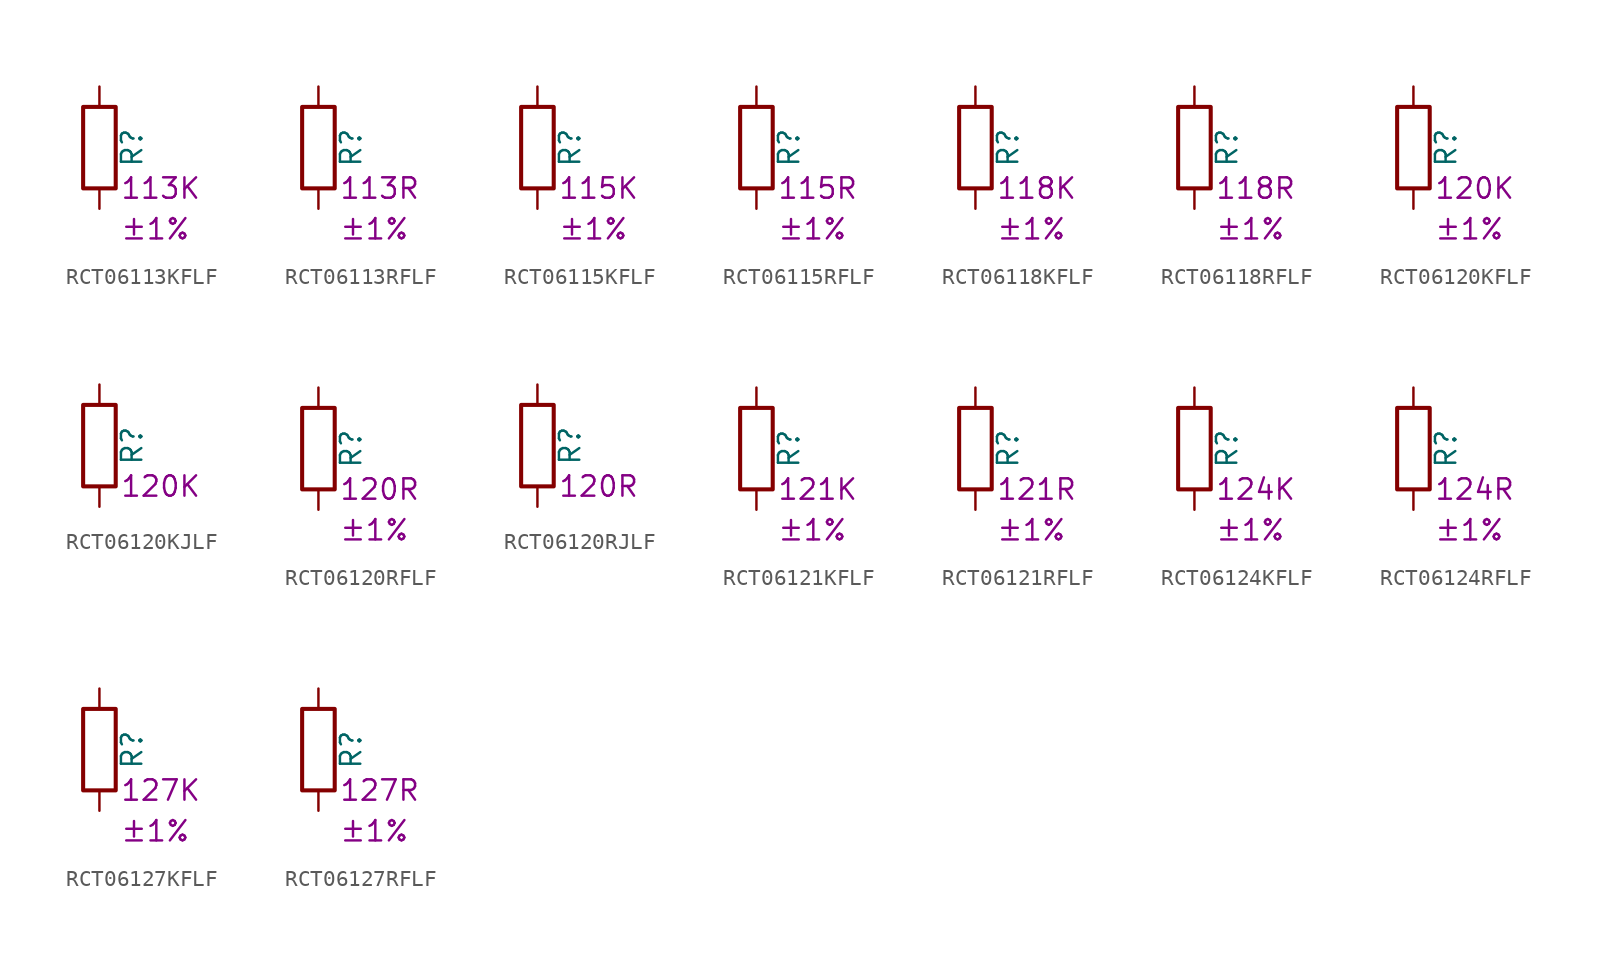
<source format=kicad_sym>
(kicad_symbol_lib
  (version 20220914)
  (generator kicad_symbol_editor)
  (symbol "RCT06113KFLF"
    (pin_numbers hide)
    (pin_names
      (offset 0))
    (property "Reference" "R"
      (at 2.032 0 90)
      (effects (font (size 1.27 1.27))))
    (property "Resistance" "113K"
      (at 1.27 -2.54 0)
      (effects (font (size 1.27 1.27)) (justify left)))
    (property "Tolerance" "±1%"
      (at 1.27 -5.08 0)
      (effects (font (size 1.27 1.27)) (justify left)))
    (symbol "RCT06113KFLF_0_1"
      (rectangle (start -1.016 -2.54) (end 1.016 2.54) (stroke (width 0.254) (type default)) (fill (type none))))
    (symbol "RCT06113KFLF_1_1"
      (pin passive line (at 0 3.81 270) (length 1.27) (name "~" (effects (font (size 1.27 1.27)))) (number "1" (effects (font (size 1.27 1.27)))))
      (pin passive line (at 0 -3.81 90) (length 1.27) (name "~" (effects (font (size 1.27 1.27)))) (number "2" (effects (font (size 1.27 1.27)))))))
  (symbol "RCT06113RFLF"
    (pin_numbers hide)
    (pin_names
      (offset 0))
    (property "Reference" "R"
      (at 2.032 0 90)
      (effects (font (size 1.27 1.27))))
    (property "Resistance" "113R"
      (at 1.27 -2.54 0)
      (effects (font (size 1.27 1.27)) (justify left)))
    (property "Tolerance" "±1%"
      (at 1.27 -5.08 0)
      (effects (font (size 1.27 1.27)) (justify left)))
    (symbol "RCT06113RFLF_0_1"
      (rectangle (start -1.016 -2.54) (end 1.016 2.54) (stroke (width 0.254) (type default)) (fill (type none))))
    (symbol "RCT06113RFLF_1_1"
      (pin passive line (at 0 3.81 270) (length 1.27) (name "~" (effects (font (size 1.27 1.27)))) (number "1" (effects (font (size 1.27 1.27)))))
      (pin passive line (at 0 -3.81 90) (length 1.27) (name "~" (effects (font (size 1.27 1.27)))) (number "2" (effects (font (size 1.27 1.27)))))))
  (symbol "RCT06115KFLF"
    (pin_numbers hide)
    (pin_names
      (offset 0))
    (property "Reference" "R"
      (at 2.032 0 90)
      (effects (font (size 1.27 1.27))))
    (property "Resistance" "115K"
      (at 1.27 -2.54 0)
      (effects (font (size 1.27 1.27)) (justify left)))
    (property "Tolerance" "±1%"
      (at 1.27 -5.08 0)
      (effects (font (size 1.27 1.27)) (justify left)))
    (symbol "RCT06115KFLF_0_1"
      (rectangle (start -1.016 -2.54) (end 1.016 2.54) (stroke (width 0.254) (type default)) (fill (type none))))
    (symbol "RCT06115KFLF_1_1"
      (pin passive line (at 0 3.81 270) (length 1.27) (name "~" (effects (font (size 1.27 1.27)))) (number "1" (effects (font (size 1.27 1.27)))))
      (pin passive line (at 0 -3.81 90) (length 1.27) (name "~" (effects (font (size 1.27 1.27)))) (number "2" (effects (font (size 1.27 1.27)))))))
  (symbol "RCT06115RFLF"
    (pin_numbers hide)
    (pin_names
      (offset 0))
    (property "Reference" "R"
      (at 2.032 0 90)
      (effects (font (size 1.27 1.27))))
    (property "Resistance" "115R"
      (at 1.27 -2.54 0)
      (effects (font (size 1.27 1.27)) (justify left)))
    (property "Tolerance" "±1%"
      (at 1.27 -5.08 0)
      (effects (font (size 1.27 1.27)) (justify left)))
    (symbol "RCT06115RFLF_0_1"
      (rectangle (start -1.016 -2.54) (end 1.016 2.54) (stroke (width 0.254) (type default)) (fill (type none))))
    (symbol "RCT06115RFLF_1_1"
      (pin passive line (at 0 3.81 270) (length 1.27) (name "~" (effects (font (size 1.27 1.27)))) (number "1" (effects (font (size 1.27 1.27)))))
      (pin passive line (at 0 -3.81 90) (length 1.27) (name "~" (effects (font (size 1.27 1.27)))) (number "2" (effects (font (size 1.27 1.27)))))))
  (symbol "RCT06118KFLF"
    (pin_numbers hide)
    (pin_names
      (offset 0))
    (property "Reference" "R"
      (at 2.032 0 90)
      (effects (font (size 1.27 1.27))))
    (property "Resistance" "118K"
      (at 1.27 -2.54 0)
      (effects (font (size 1.27 1.27)) (justify left)))
    (property "Tolerance" "±1%"
      (at 1.27 -5.08 0)
      (effects (font (size 1.27 1.27)) (justify left)))
    (symbol "RCT06118KFLF_0_1"
      (rectangle (start -1.016 -2.54) (end 1.016 2.54) (stroke (width 0.254) (type default)) (fill (type none))))
    (symbol "RCT06118KFLF_1_1"
      (pin passive line (at 0 3.81 270) (length 1.27) (name "~" (effects (font (size 1.27 1.27)))) (number "1" (effects (font (size 1.27 1.27)))))
      (pin passive line (at 0 -3.81 90) (length 1.27) (name "~" (effects (font (size 1.27 1.27)))) (number "2" (effects (font (size 1.27 1.27)))))))
  (symbol "RCT06118RFLF"
    (pin_numbers hide)
    (pin_names
      (offset 0))
    (property "Reference" "R"
      (at 2.032 0 90)
      (effects (font (size 1.27 1.27))))
    (property "Resistance" "118R"
      (at 1.27 -2.54 0)
      (effects (font (size 1.27 1.27)) (justify left)))
    (property "Tolerance" "±1%"
      (at 1.27 -5.08 0)
      (effects (font (size 1.27 1.27)) (justify left)))
    (symbol "RCT06118RFLF_0_1"
      (rectangle (start -1.016 -2.54) (end 1.016 2.54) (stroke (width 0.254) (type default)) (fill (type none))))
    (symbol "RCT06118RFLF_1_1"
      (pin passive line (at 0 3.81 270) (length 1.27) (name "~" (effects (font (size 1.27 1.27)))) (number "1" (effects (font (size 1.27 1.27)))))
      (pin passive line (at 0 -3.81 90) (length 1.27) (name "~" (effects (font (size 1.27 1.27)))) (number "2" (effects (font (size 1.27 1.27)))))))
  (symbol "RCT06120KFLF"
    (pin_numbers hide)
    (pin_names
      (offset 0))
    (property "Reference" "R"
      (at 2.032 0 90)
      (effects (font (size 1.27 1.27))))
    (property "Resistance" "120K"
      (at 1.27 -2.54 0)
      (effects (font (size 1.27 1.27)) (justify left)))
    (property "Tolerance" "±1%"
      (at 1.27 -5.08 0)
      (effects (font (size 1.27 1.27)) (justify left)))
    (symbol "RCT06120KFLF_0_1"
      (rectangle (start -1.016 -2.54) (end 1.016 2.54) (stroke (width 0.254) (type default)) (fill (type none))))
    (symbol "RCT06120KFLF_1_1"
      (pin passive line (at 0 3.81 270) (length 1.27) (name "~" (effects (font (size 1.27 1.27)))) (number "1" (effects (font (size 1.27 1.27)))))
      (pin passive line (at 0 -3.81 90) (length 1.27) (name "~" (effects (font (size 1.27 1.27)))) (number "2" (effects (font (size 1.27 1.27)))))))
  (symbol "RCT06120KJLF"
    (pin_numbers hide)
    (pin_names
      (offset 0))
    (property "Reference" "R"
      (at 2.032 0 90)
      (effects (font (size 1.27 1.27))))
    (property "Resistance" "120K"
      (at 1.27 -2.54 0)
      (effects (font (size 1.27 1.27)) (justify left)))
    (symbol "RCT06120KJLF_0_1"
      (rectangle (start -1.016 -2.54) (end 1.016 2.54) (stroke (width 0.254) (type default)) (fill (type none))))
    (symbol "RCT06120KJLF_1_1"
      (pin passive line (at 0 3.81 270) (length 1.27) (name "~" (effects (font (size 1.27 1.27)))) (number "1" (effects (font (size 1.27 1.27)))))
      (pin passive line (at 0 -3.81 90) (length 1.27) (name "~" (effects (font (size 1.27 1.27)))) (number "2" (effects (font (size 1.27 1.27)))))))
  (symbol "RCT06120RFLF"
    (pin_numbers hide)
    (pin_names
      (offset 0))
    (property "Reference" "R"
      (at 2.032 0 90)
      (effects (font (size 1.27 1.27))))
    (property "Resistance" "120R"
      (at 1.27 -2.54 0)
      (effects (font (size 1.27 1.27)) (justify left)))
    (property "Tolerance" "±1%"
      (at 1.27 -5.08 0)
      (effects (font (size 1.27 1.27)) (justify left)))
    (symbol "RCT06120RFLF_0_1"
      (rectangle (start -1.016 -2.54) (end 1.016 2.54) (stroke (width 0.254) (type default)) (fill (type none))))
    (symbol "RCT06120RFLF_1_1"
      (pin passive line (at 0 3.81 270) (length 1.27) (name "~" (effects (font (size 1.27 1.27)))) (number "1" (effects (font (size 1.27 1.27)))))
      (pin passive line (at 0 -3.81 90) (length 1.27) (name "~" (effects (font (size 1.27 1.27)))) (number "2" (effects (font (size 1.27 1.27)))))))
  (symbol "RCT06120RJLF"
    (pin_numbers hide)
    (pin_names
      (offset 0))
    (property "Reference" "R"
      (at 2.032 0 90)
      (effects (font (size 1.27 1.27))))
    (property "Resistance" "120R"
      (at 1.27 -2.54 0)
      (effects (font (size 1.27 1.27)) (justify left)))
    (symbol "RCT06120RJLF_0_1"
      (rectangle (start -1.016 -2.54) (end 1.016 2.54) (stroke (width 0.254) (type default)) (fill (type none))))
    (symbol "RCT06120RJLF_1_1"
      (pin passive line (at 0 3.81 270) (length 1.27) (name "~" (effects (font (size 1.27 1.27)))) (number "1" (effects (font (size 1.27 1.27)))))
      (pin passive line (at 0 -3.81 90) (length 1.27) (name "~" (effects (font (size 1.27 1.27)))) (number "2" (effects (font (size 1.27 1.27)))))))
  (symbol "RCT06121KFLF"
    (pin_numbers hide)
    (pin_names
      (offset 0))
    (property "Reference" "R"
      (at 2.032 0 90)
      (effects (font (size 1.27 1.27))))
    (property "Resistance" "121K"
      (at 1.27 -2.54 0)
      (effects (font (size 1.27 1.27)) (justify left)))
    (property "Tolerance" "±1%"
      (at 1.27 -5.08 0)
      (effects (font (size 1.27 1.27)) (justify left)))
    (symbol "RCT06121KFLF_0_1"
      (rectangle (start -1.016 -2.54) (end 1.016 2.54) (stroke (width 0.254) (type default)) (fill (type none))))
    (symbol "RCT06121KFLF_1_1"
      (pin passive line (at 0 3.81 270) (length 1.27) (name "~" (effects (font (size 1.27 1.27)))) (number "1" (effects (font (size 1.27 1.27)))))
      (pin passive line (at 0 -3.81 90) (length 1.27) (name "~" (effects (font (size 1.27 1.27)))) (number "2" (effects (font (size 1.27 1.27)))))))
  (symbol "RCT06121RFLF"
    (pin_numbers hide)
    (pin_names
      (offset 0))
    (property "Reference" "R"
      (at 2.032 0 90)
      (effects (font (size 1.27 1.27))))
    (property "Resistance" "121R"
      (at 1.27 -2.54 0)
      (effects (font (size 1.27 1.27)) (justify left)))
    (property "Tolerance" "±1%"
      (at 1.27 -5.08 0)
      (effects (font (size 1.27 1.27)) (justify left)))
    (symbol "RCT06121RFLF_0_1"
      (rectangle (start -1.016 -2.54) (end 1.016 2.54) (stroke (width 0.254) (type default)) (fill (type none))))
    (symbol "RCT06121RFLF_1_1"
      (pin passive line (at 0 3.81 270) (length 1.27) (name "~" (effects (font (size 1.27 1.27)))) (number "1" (effects (font (size 1.27 1.27)))))
      (pin passive line (at 0 -3.81 90) (length 1.27) (name "~" (effects (font (size 1.27 1.27)))) (number "2" (effects (font (size 1.27 1.27)))))))
  (symbol "RCT06124KFLF"
    (pin_numbers hide)
    (pin_names
      (offset 0))
    (property "Reference" "R"
      (at 2.032 0 90)
      (effects (font (size 1.27 1.27))))
    (property "Resistance" "124K"
      (at 1.27 -2.54 0)
      (effects (font (size 1.27 1.27)) (justify left)))
    (property "Tolerance" "±1%"
      (at 1.27 -5.08 0)
      (effects (font (size 1.27 1.27)) (justify left)))
    (symbol "RCT06124KFLF_0_1"
      (rectangle (start -1.016 -2.54) (end 1.016 2.54) (stroke (width 0.254) (type default)) (fill (type none))))
    (symbol "RCT06124KFLF_1_1"
      (pin passive line (at 0 3.81 270) (length 1.27) (name "~" (effects (font (size 1.27 1.27)))) (number "1" (effects (font (size 1.27 1.27)))))
      (pin passive line (at 0 -3.81 90) (length 1.27) (name "~" (effects (font (size 1.27 1.27)))) (number "2" (effects (font (size 1.27 1.27)))))))
  (symbol "RCT06124RFLF"
    (pin_numbers hide)
    (pin_names
      (offset 0))
    (property "Reference" "R"
      (at 2.032 0 90)
      (effects (font (size 1.27 1.27))))
    (property "Resistance" "124R"
      (at 1.27 -2.54 0)
      (effects (font (size 1.27 1.27)) (justify left)))
    (property "Tolerance" "±1%"
      (at 1.27 -5.08 0)
      (effects (font (size 1.27 1.27)) (justify left)))
    (symbol "RCT06124RFLF_0_1"
      (rectangle (start -1.016 -2.54) (end 1.016 2.54) (stroke (width 0.254) (type default)) (fill (type none))))
    (symbol "RCT06124RFLF_1_1"
      (pin passive line (at 0 3.81 270) (length 1.27) (name "~" (effects (font (size 1.27 1.27)))) (number "1" (effects (font (size 1.27 1.27)))))
      (pin passive line (at 0 -3.81 90) (length 1.27) (name "~" (effects (font (size 1.27 1.27)))) (number "2" (effects (font (size 1.27 1.27)))))))
  (symbol "RCT06127KFLF"
    (pin_numbers hide)
    (pin_names
      (offset 0))
    (property "Reference" "R"
      (at 2.032 0 90)
      (effects (font (size 1.27 1.27))))
    (property "Resistance" "127K"
      (at 1.27 -2.54 0)
      (effects (font (size 1.27 1.27)) (justify left)))
    (property "Tolerance" "±1%"
      (at 1.27 -5.08 0)
      (effects (font (size 1.27 1.27)) (justify left)))
    (symbol "RCT06127KFLF_0_1"
      (rectangle (start -1.016 -2.54) (end 1.016 2.54) (stroke (width 0.254) (type default)) (fill (type none))))
    (symbol "RCT06127KFLF_1_1"
      (pin passive line (at 0 3.81 270) (length 1.27) (name "~" (effects (font (size 1.27 1.27)))) (number "1" (effects (font (size 1.27 1.27)))))
      (pin passive line (at 0 -3.81 90) (length 1.27) (name "~" (effects (font (size 1.27 1.27)))) (number "2" (effects (font (size 1.27 1.27)))))))
  (symbol "RCT06127RFLF"
    (pin_numbers hide)
    (pin_names
      (offset 0))
    (property "Reference" "R"
      (at 2.032 0 90)
      (effects (font (size 1.27 1.27))))
    (property "Resistance" "127R"
      (at 1.27 -2.54 0)
      (effects (font (size 1.27 1.27)) (justify left)))
    (property "Tolerance" "±1%"
      (at 1.27 -5.08 0)
      (effects (font (size 1.27 1.27)) (justify left)))
    (symbol "RCT06127RFLF_0_1"
      (rectangle (start -1.016 -2.54) (end 1.016 2.54) (stroke (width 0.254) (type default)) (fill (type none))))
    (symbol "RCT06127RFLF_1_1"
      (pin passive line (at 0 3.81 270) (length 1.27) (name "~" (effects (font (size 1.27 1.27)))) (number "1" (effects (font (size 1.27 1.27)))))
      (pin passive line (at 0 -3.81 90) (length 1.27) (name "~" (effects (font (size 1.27 1.27)))) (number "2" (effects (font (size 1.27 1.27))))))))
</source>
